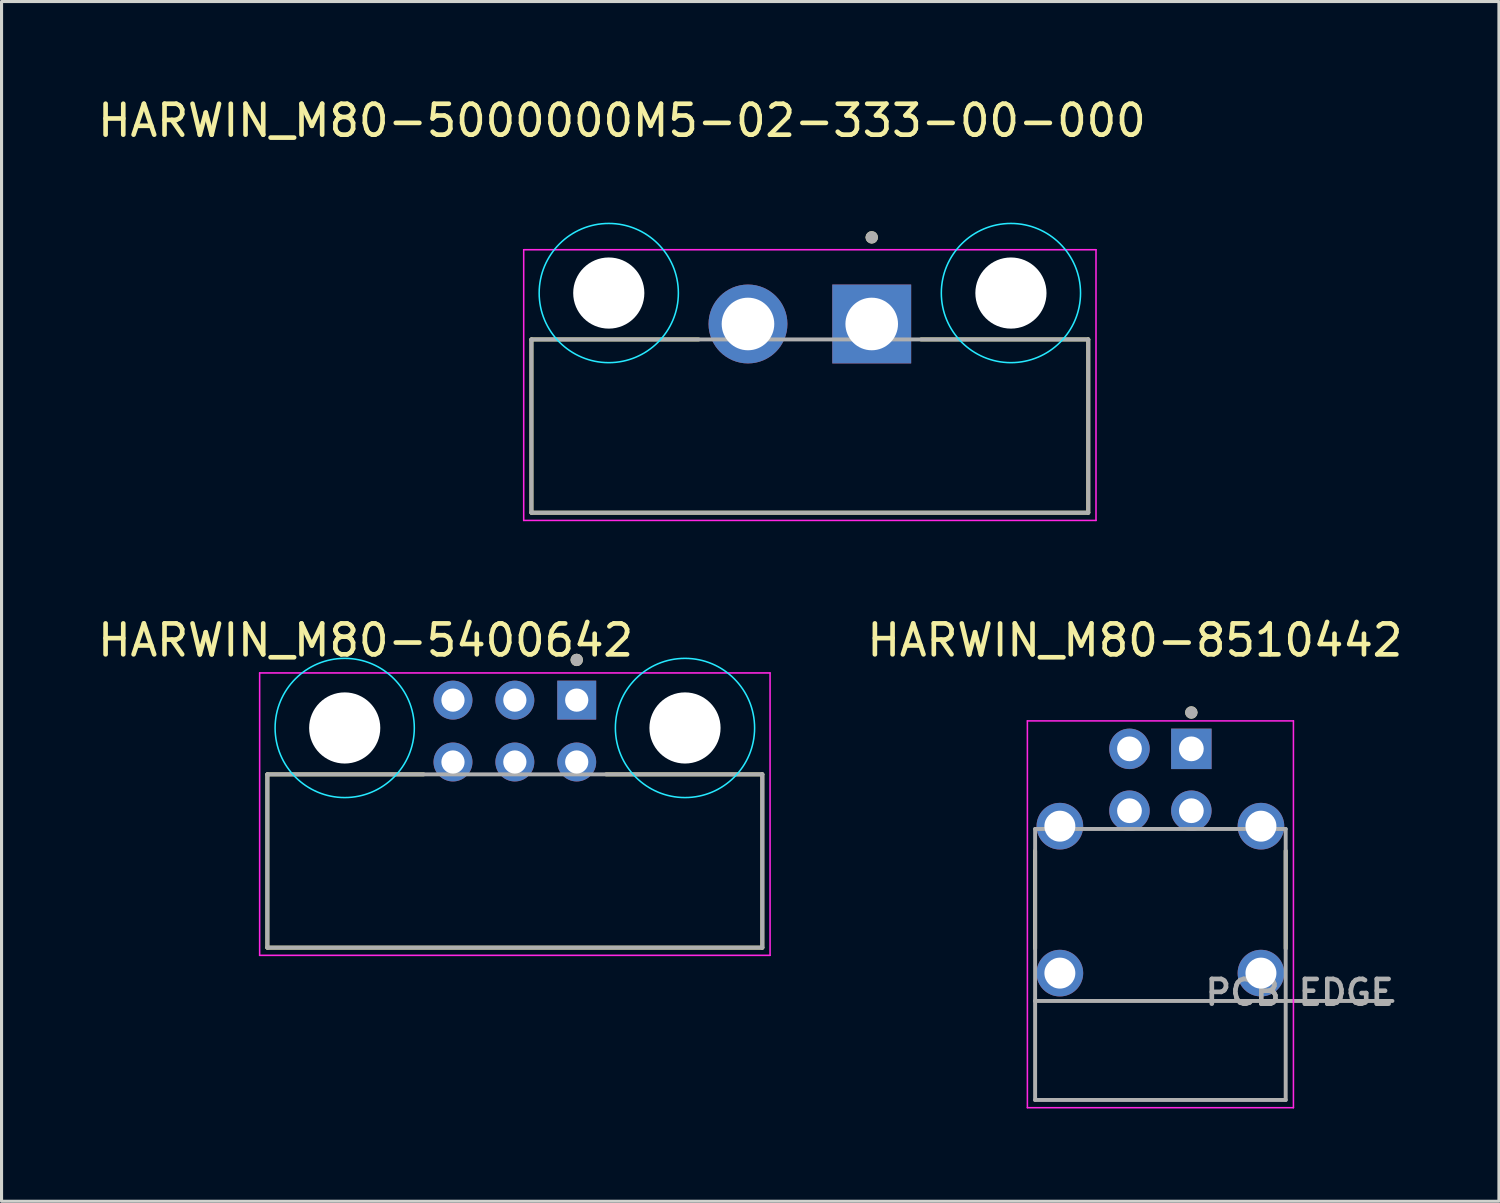
<source format=kicad_pcb>
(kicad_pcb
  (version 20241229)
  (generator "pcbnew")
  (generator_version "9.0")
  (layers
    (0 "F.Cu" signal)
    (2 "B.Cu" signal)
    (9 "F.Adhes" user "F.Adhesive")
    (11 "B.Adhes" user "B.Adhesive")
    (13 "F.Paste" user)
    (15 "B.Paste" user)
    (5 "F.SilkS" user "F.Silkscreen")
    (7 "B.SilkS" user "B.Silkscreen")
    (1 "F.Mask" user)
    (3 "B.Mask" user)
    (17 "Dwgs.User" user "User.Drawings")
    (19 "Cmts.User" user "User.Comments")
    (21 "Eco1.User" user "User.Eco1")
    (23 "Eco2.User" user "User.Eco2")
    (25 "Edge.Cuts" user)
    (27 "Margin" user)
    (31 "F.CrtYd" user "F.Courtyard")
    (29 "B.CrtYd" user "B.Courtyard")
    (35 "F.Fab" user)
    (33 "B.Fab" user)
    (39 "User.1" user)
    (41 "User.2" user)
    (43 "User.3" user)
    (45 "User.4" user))
  (footprint "HARWIN_M80-5400642"
    (layer "F.Cu")
    (at 13.593 24.782)
    (property "Reference" "HARWIN_M80-5400642" (at -4.825 -7.135 0) (layer "F.SilkS") (effects (font (size 1 1) (thickness 0.15))))
    (attr through_hole)
    (fp_line (start -8 -2.8) (end -8 2.8) (stroke (width 0.127) (type solid)) (layer "F.SilkS"))
    (fp_line (start -8 2.8) (end 8 2.8) (stroke (width 0.127) (type solid)) (layer "F.SilkS"))
    (fp_line (start -2.949 -2.8) (end -8 -2.8) (stroke (width 0.127) (type solid)) (layer "F.SilkS"))
    (fp_line (start 8 -2.8) (end 2.949 -2.8) (stroke (width 0.127) (type solid)) (layer "F.SilkS"))
    (fp_line (start 8 2.8) (end 8 -2.8) (stroke (width 0.127) (type solid)) (layer "F.SilkS"))
    (fp_circle (center 2 -6.5) (end 2.1 -6.5) (stroke (width 0.2) (type solid)) (fill no) (layer "F.SilkS"))
    (fp_circle (center -5.5 -4.3) (end -3.25 -4.3) (stroke (width 0.05) (type solid)) (fill no) (layer "B.CrtYd"))
    (fp_circle (center 5.5 -4.3) (end 7.75 -4.3) (stroke (width 0.05) (type solid)) (fill no) (layer "B.CrtYd"))
    (fp_line (start -8.25 -6.079) (end -8.25 3.05) (stroke (width 0.05) (type solid)) (layer "F.CrtYd"))
    (fp_line (start -8.25 3.05) (end 8.25 3.05) (stroke (width 0.05) (type solid)) (layer "F.CrtYd"))
    (fp_line (start 8.25 -6.079) (end -8.25 -6.079) (stroke (width 0.05) (type solid)) (layer "F.CrtYd"))
    (fp_line (start 8.25 3.05) (end 8.25 -6.079) (stroke (width 0.05) (type solid)) (layer "F.CrtYd"))
    (fp_line (start -8 -2.8) (end -8 2.8) (stroke (width 0.127) (type solid)) (layer "F.Fab"))
    (fp_line (start -8 2.8) (end 8 2.8) (stroke (width 0.127) (type solid)) (layer "F.Fab"))
    (fp_line (start 8 -2.8) (end -8 -2.8) (stroke (width 0.127) (type solid)) (layer "F.Fab"))
    (fp_line (start 8 2.8) (end 8 -2.8) (stroke (width 0.127) (type solid)) (layer "F.Fab"))
    (fp_circle (center 2 -6.5) (end 2.1 -6.5) (stroke (width 0.2) (type solid)) (fill no) (layer "F.Fab"))
    (pad "" np_thru_hole circle (at -5.5 -4.3) (size 2.3 2.3) (drill 2.3) (layers "*.Cu" "*.Mask"))
    (pad "" np_thru_hole circle (at 5.5 -4.3) (size 2.3 2.3) (drill 2.3) (layers "*.Cu" "*.Mask"))
    (pad "1" thru_hole rect (at 2 -5.2) (size 1.258 1.258) (drill 0.75) (layers "*.Cu" "*.Mask"))
    (pad "2" thru_hole circle (at 0 -5.2) (size 1.258 1.258) (drill 0.75) (layers "*.Cu" "*.Mask"))
    (pad "3" thru_hole circle (at -2 -5.2) (size 1.258 1.258) (drill 0.75) (layers "*.Cu" "*.Mask"))
    (pad "4" thru_hole circle (at 2 -3.2) (size 1.258 1.258) (drill 0.75) (layers "*.Cu" "*.Mask"))
    (pad "5" thru_hole circle (at 0 -3.2) (size 1.258 1.258) (drill 0.75) (layers "*.Cu" "*.Mask"))
    (pad "6" thru_hole circle (at -2 -3.2) (size 1.258 1.258) (drill 0.75) (layers "*.Cu" "*.Mask"))
    (zone (net_name "") (layers "F.Cu" "B.Cu") (hatch full 0.508) (connect_pads) (min_thickness 2) (filled_areas_thickness no) (keepout (tracks allowed) (vias not_allowed) (pads allowed) (copperpour allowed) (footprints allowed)) (placement (enabled no)) (fill) (polygon (pts (xy 10.093 20.482) (xy 10.083 20.678) (xy 10.054 20.872) (xy 10.007 21.062) (xy 9.941 21.247) (xy 9.857 21.424) (xy 9.756 21.593) (xy 9.639 21.75) (xy 9.507 21.896) (xy 9.362 22.028) (xy 9.204 22.144) (xy 9.036 22.245) (xy 8.858 22.329) (xy 8.673 22.395) (xy 8.483 22.443) (xy 8.289 22.472) (xy 8.093 22.482) (xy 7.897 22.472) (xy 7.703 22.443) (xy 7.512 22.395) (xy 7.327 22.329) (xy 7.15 22.245) (xy 6.982 22.144) (xy 6.824 22.028) (xy 6.679 21.896) (xy 6.547 21.75) (xy 6.43 21.593) (xy 6.329 21.424) (xy 6.245 21.247) (xy 6.179 21.062) (xy 6.131 20.872) (xy 6.102 20.678) (xy 6.093 20.482) (xy 6.102 20.285) (xy 6.131 20.091) (xy 6.179 19.901) (xy 6.245 19.716) (xy 6.329 19.539) (xy 6.43 19.37) (xy 6.547 19.213) (xy 6.679 19.067) (xy 6.824 18.935) (xy 6.982 18.819) (xy 7.15 18.718) (xy 7.327 18.634) (xy 7.512 18.568) (xy 7.703 18.52) (xy 7.897 18.491) (xy 8.093 18.482) (xy 8.289 18.491) (xy 8.483 18.52) (xy 8.673 18.568) (xy 8.858 18.634) (xy 9.036 18.718) (xy 9.204 18.819) (xy 9.362 18.935) (xy 9.507 19.067) (xy 9.639 19.213) (xy 9.756 19.37) (xy 9.857 19.539) (xy 9.941 19.716) (xy 10.007 19.901) (xy 10.054 20.091) (xy 10.083 20.285))))
    (zone (net_name "") (layers "F.Cu" "B.Cu") (hatch full 0.508) (connect_pads) (min_thickness 2) (filled_areas_thickness no) (keepout (tracks allowed) (vias not_allowed) (pads allowed) (copperpour allowed) (footprints allowed)) (placement (enabled no)) (fill) (polygon (pts (xy 21.093 20.482) (xy 21.083 20.678) (xy 21.054 20.872) (xy 21.007 21.062) (xy 20.941 21.247) (xy 20.857 21.424) (xy 20.756 21.593) (xy 20.639 21.75) (xy 20.507 21.896) (xy 20.362 22.028) (xy 20.204 22.144) (xy 20.036 22.245) (xy 19.858 22.329) (xy 19.673 22.395) (xy 19.483 22.443) (xy 19.289 22.472) (xy 19.093 22.482) (xy 18.897 22.472) (xy 18.703 22.443) (xy 18.512 22.395) (xy 18.327 22.329) (xy 18.15 22.245) (xy 17.982 22.144) (xy 17.824 22.028) (xy 17.679 21.896) (xy 17.547 21.75) (xy 17.43 21.593) (xy 17.329 21.424) (xy 17.245 21.247) (xy 17.179 21.062) (xy 17.131 20.872) (xy 17.102 20.678) (xy 17.093 20.482) (xy 17.102 20.285) (xy 17.131 20.091) (xy 17.179 19.901) (xy 17.245 19.716) (xy 17.329 19.539) (xy 17.43 19.37) (xy 17.547 19.213) (xy 17.679 19.067) (xy 17.824 18.935) (xy 17.982 18.819) (xy 18.15 18.718) (xy 18.327 18.634) (xy 18.512 18.568) (xy 18.703 18.52) (xy 18.897 18.491) (xy 19.093 18.482) (xy 19.289 18.491) (xy 19.483 18.52) (xy 19.673 18.568) (xy 19.858 18.634) (xy 20.036 18.718) (xy 20.204 18.819) (xy 20.362 18.935) (xy 20.507 19.067) (xy 20.639 19.213) (xy 20.756 19.37) (xy 20.857 19.539) (xy 20.941 19.716) (xy 21.007 19.901) (xy 21.054 20.091) (xy 21.083 20.285))))
    (zone (net_name "") (layer "B.Cu") (hatch full 0.508) (connect_pads) (min_thickness 2) (filled_areas_thickness no) (keepout (tracks not_allowed) (vias not_allowed) (pads not_allowed) (copperpour not_allowed) (footprints allowed)) (placement (enabled no)) (fill) (polygon (pts (xy 10.093 20.482) (xy 10.083 20.678) (xy 10.054 20.872) (xy 10.007 21.062) (xy 9.941 21.247) (xy 9.857 21.424) (xy 9.756 21.593) (xy 9.639 21.75) (xy 9.507 21.896) (xy 9.362 22.028) (xy 9.204 22.144) (xy 9.036 22.245) (xy 8.858 22.329) (xy 8.673 22.395) (xy 8.483 22.443) (xy 8.289 22.472) (xy 8.093 22.482) (xy 7.897 22.472) (xy 7.703 22.443) (xy 7.512 22.395) (xy 7.327 22.329) (xy 7.15 22.245) (xy 6.982 22.144) (xy 6.824 22.028) (xy 6.679 21.896) (xy 6.547 21.75) (xy 6.43 21.593) (xy 6.329 21.424) (xy 6.245 21.247) (xy 6.179 21.062) (xy 6.131 20.872) (xy 6.102 20.678) (xy 6.093 20.482) (xy 6.102 20.285) (xy 6.131 20.091) (xy 6.179 19.901) (xy 6.245 19.716) (xy 6.329 19.539) (xy 6.43 19.37) (xy 6.547 19.213) (xy 6.679 19.067) (xy 6.824 18.935) (xy 6.982 18.819) (xy 7.15 18.718) (xy 7.327 18.634) (xy 7.512 18.568) (xy 7.703 18.52) (xy 7.897 18.491) (xy 8.093 18.482) (xy 8.289 18.491) (xy 8.483 18.52) (xy 8.673 18.568) (xy 8.858 18.634) (xy 9.036 18.718) (xy 9.204 18.819) (xy 9.362 18.935) (xy 9.507 19.067) (xy 9.639 19.213) (xy 9.756 19.37) (xy 9.857 19.539) (xy 9.941 19.716) (xy 10.007 19.901) (xy 10.054 20.091) (xy 10.083 20.285))))
    (zone (net_name "") (layer "B.Cu") (hatch full 0.508) (connect_pads) (min_thickness 2) (filled_areas_thickness no) (keepout (tracks not_allowed) (vias not_allowed) (pads not_allowed) (copperpour not_allowed) (footprints allowed)) (placement (enabled no)) (fill) (polygon (pts (xy 21.093 20.482) (xy 21.083 20.678) (xy 21.054 20.872) (xy 21.007 21.062) (xy 20.941 21.247) (xy 20.857 21.424) (xy 20.756 21.593) (xy 20.639 21.75) (xy 20.507 21.896) (xy 20.362 22.028) (xy 20.204 22.144) (xy 20.036 22.245) (xy 19.858 22.329) (xy 19.673 22.395) (xy 19.483 22.443) (xy 19.289 22.472) (xy 19.093 22.482) (xy 18.897 22.472) (xy 18.703 22.443) (xy 18.512 22.395) (xy 18.327 22.329) (xy 18.15 22.245) (xy 17.982 22.144) (xy 17.824 22.028) (xy 17.679 21.896) (xy 17.547 21.75) (xy 17.43 21.593) (xy 17.329 21.424) (xy 17.245 21.247) (xy 17.179 21.062) (xy 17.131 20.872) (xy 17.102 20.678) (xy 17.093 20.482) (xy 17.102 20.285) (xy 17.131 20.091) (xy 17.179 19.901) (xy 17.245 19.716) (xy 17.329 19.539) (xy 17.43 19.37) (xy 17.547 19.213) (xy 17.679 19.067) (xy 17.824 18.935) (xy 17.982 18.819) (xy 18.15 18.718) (xy 18.327 18.634) (xy 18.512 18.568) (xy 18.703 18.52) (xy 18.897 18.491) (xy 19.093 18.482) (xy 19.289 18.491) (xy 19.483 18.52) (xy 19.673 18.568) (xy 19.858 18.634) (xy 20.036 18.718) (xy 20.204 18.819) (xy 20.362 18.935) (xy 20.507 19.067) (xy 20.639 19.213) (xy 20.756 19.37) (xy 20.857 19.539) (xy 20.941 19.716) (xy 21.007 19.901) (xy 21.054 20.091) (xy 21.083 20.285)))))
  (footprint "HARWIN_M80-5000000M5-02-333-00-000"
    (layer "F.Cu")
    (at 23.129 7.423)
    (property "Reference" "HARWIN_M80-5000000M5-02-333-00-000" (at -6.075 -6.575 0) (layer "F.SilkS") (effects (font (size 1 1) (thickness 0.15))))
    (attr through_hole)
    (fp_line (start -9 0.5) (end -3.595 0.5) (stroke (width 0.127) (type solid)) (layer "F.SilkS"))
    (fp_line (start -9 6.1) (end -9 0.5) (stroke (width 0.127) (type solid)) (layer "F.SilkS"))
    (fp_line (start 3.595 0.5) (end 9 0.5) (stroke (width 0.127) (type solid)) (layer "F.SilkS"))
    (fp_line (start 9 0.5) (end 9 6.1) (stroke (width 0.127) (type solid)) (layer "F.SilkS"))
    (fp_line (start 9 6.1) (end -9 6.1) (stroke (width 0.127) (type solid)) (layer "F.SilkS"))
    (fp_circle (center 2 -2.8) (end 2.1 -2.8) (stroke (width 0.2) (type solid)) (fill no) (layer "F.SilkS"))
    (fp_circle (center -6.5 -1) (end -4.25 -1) (stroke (width 0.05) (type solid)) (fill no) (layer "B.CrtYd"))
    (fp_circle (center 6.5 -1) (end 8.75 -1) (stroke (width 0.05) (type solid)) (fill no) (layer "B.CrtYd"))
    (fp_line (start -9.25 -2.4) (end -9.25 6.35) (stroke (width 0.05) (type solid)) (layer "F.CrtYd"))
    (fp_line (start -9.25 6.35) (end 9.25 6.35) (stroke (width 0.05) (type solid)) (layer "F.CrtYd"))
    (fp_line (start 9.25 -2.4) (end -9.25 -2.4) (stroke (width 0.05) (type solid)) (layer "F.CrtYd"))
    (fp_line (start 9.25 6.35) (end 9.25 -2.4) (stroke (width 0.05) (type solid)) (layer "F.CrtYd"))
    (fp_line (start -9 0.5) (end 9 0.5) (stroke (width 0.127) (type solid)) (layer "F.Fab"))
    (fp_line (start -9 6.1) (end -9 0.5) (stroke (width 0.127) (type solid)) (layer "F.Fab"))
    (fp_line (start 9 0.5) (end 9 6.1) (stroke (width 0.127) (type solid)) (layer "F.Fab"))
    (fp_line (start 9 6.1) (end -9 6.1) (stroke (width 0.127) (type solid)) (layer "F.Fab"))
    (fp_circle (center 2 -2.8) (end 2.1 -2.8) (stroke (width 0.2) (type solid)) (fill no) (layer "F.Fab"))
    (pad "" np_thru_hole circle (at -6.5 -1) (size 2.3 2.3) (drill 2.3) (layers "*.Cu" "*.Mask"))
    (pad "" np_thru_hole circle (at 6.5 -1) (size 2.3 2.3) (drill 2.3) (layers "*.Cu" "*.Mask"))
    (pad "A" thru_hole rect (at 2 0) (size 2.55 2.55) (drill 1.7) (layers "*.Cu" "*.Mask"))
    (pad "B" thru_hole circle (at -2 0) (size 2.55 2.55) (drill 1.7) (layers "*.Cu" "*.Mask"))
    (zone (net_name "") (layers "F.Cu" "B.Cu") (hatch full 0.508) (connect_pads) (min_thickness 2) (filled_areas_thickness no) (keepout (tracks allowed) (vias not_allowed) (pads allowed) (copperpour allowed) (footprints allowed)) (placement (enabled no)) (fill) (polygon (pts (xy 18.629 6.423) (xy 18.619 6.619) (xy 18.59 6.813) (xy 18.542 7.004) (xy 18.476 7.189) (xy 18.392 7.366) (xy 18.292 7.534) (xy 18.175 7.692) (xy 18.043 7.837) (xy 17.897 7.969) (xy 17.74 8.086) (xy 17.571 8.187) (xy 17.394 8.271) (xy 17.209 8.337) (xy 17.019 8.385) (xy 16.825 8.414) (xy 16.629 8.423) (xy 16.433 8.414) (xy 16.238 8.385) (xy 16.048 8.337) (xy 15.863 8.271) (xy 15.686 8.187) (xy 15.517 8.086) (xy 15.36 7.969) (xy 15.214 7.837) (xy 15.083 7.692) (xy 14.966 7.534) (xy 14.865 7.366) (xy 14.781 7.189) (xy 14.715 7.004) (xy 14.667 6.813) (xy 14.638 6.619) (xy 14.629 6.423) (xy 14.638 6.227) (xy 14.667 6.033) (xy 14.715 5.843) (xy 14.781 5.658) (xy 14.865 5.48) (xy 14.966 5.312) (xy 15.083 5.154) (xy 15.214 5.009) (xy 15.36 4.877) (xy 15.517 4.76) (xy 15.686 4.659) (xy 15.863 4.575) (xy 16.048 4.509) (xy 16.238 4.462) (xy 16.433 4.433) (xy 16.629 4.423) (xy 16.825 4.433) (xy 17.019 4.462) (xy 17.209 4.509) (xy 17.394 4.575) (xy 17.571 4.659) (xy 17.74 4.76) (xy 17.897 4.877) (xy 18.043 5.009) (xy 18.175 5.154) (xy 18.292 5.312) (xy 18.392 5.48) (xy 18.476 5.658) (xy 18.542 5.843) (xy 18.59 6.033) (xy 18.619 6.227))))
    (zone (net_name "") (layers "F.Cu" "B.Cu") (hatch full 0.508) (connect_pads) (min_thickness 2) (filled_areas_thickness no) (keepout (tracks allowed) (vias not_allowed) (pads allowed) (copperpour allowed) (footprints allowed)) (placement (enabled no)) (fill) (polygon (pts (xy 31.629 6.423) (xy 31.619 6.619) (xy 31.59 6.813) (xy 31.542 7.004) (xy 31.476 7.189) (xy 31.392 7.366) (xy 31.292 7.534) (xy 31.175 7.692) (xy 31.043 7.837) (xy 30.897 7.969) (xy 30.74 8.086) (xy 30.571 8.187) (xy 30.394 8.271) (xy 30.209 8.337) (xy 30.019 8.385) (xy 29.825 8.414) (xy 29.629 8.423) (xy 29.433 8.414) (xy 29.238 8.385) (xy 29.048 8.337) (xy 28.863 8.271) (xy 28.686 8.187) (xy 28.517 8.086) (xy 28.36 7.969) (xy 28.214 7.837) (xy 28.083 7.692) (xy 27.966 7.534) (xy 27.865 7.366) (xy 27.781 7.189) (xy 27.715 7.004) (xy 27.667 6.813) (xy 27.638 6.619) (xy 27.629 6.423) (xy 27.638 6.227) (xy 27.667 6.033) (xy 27.715 5.843) (xy 27.781 5.658) (xy 27.865 5.48) (xy 27.966 5.312) (xy 28.083 5.154) (xy 28.214 5.009) (xy 28.36 4.877) (xy 28.517 4.76) (xy 28.686 4.659) (xy 28.863 4.575) (xy 29.048 4.509) (xy 29.238 4.462) (xy 29.433 4.433) (xy 29.629 4.423) (xy 29.825 4.433) (xy 30.019 4.462) (xy 30.209 4.509) (xy 30.394 4.575) (xy 30.571 4.659) (xy 30.74 4.76) (xy 30.897 4.877) (xy 31.043 5.009) (xy 31.175 5.154) (xy 31.292 5.312) (xy 31.392 5.48) (xy 31.476 5.658) (xy 31.542 5.843) (xy 31.59 6.033) (xy 31.619 6.227))))
    (zone (net_name "") (layer "B.Cu") (hatch full 0.508) (connect_pads) (min_thickness 2) (filled_areas_thickness no) (keepout (tracks not_allowed) (vias not_allowed) (pads not_allowed) (copperpour not_allowed) (footprints allowed)) (placement (enabled no)) (fill) (polygon (pts (xy 18.629 6.423) (xy 18.619 6.619) (xy 18.59 6.813) (xy 18.542 7.004) (xy 18.476 7.189) (xy 18.392 7.366) (xy 18.292 7.534) (xy 18.175 7.692) (xy 18.043 7.837) (xy 17.897 7.969) (xy 17.74 8.086) (xy 17.571 8.187) (xy 17.394 8.271) (xy 17.209 8.337) (xy 17.019 8.385) (xy 16.825 8.414) (xy 16.629 8.423) (xy 16.433 8.414) (xy 16.238 8.385) (xy 16.048 8.337) (xy 15.863 8.271) (xy 15.686 8.187) (xy 15.517 8.086) (xy 15.36 7.969) (xy 15.214 7.837) (xy 15.083 7.692) (xy 14.966 7.534) (xy 14.865 7.366) (xy 14.781 7.189) (xy 14.715 7.004) (xy 14.667 6.813) (xy 14.638 6.619) (xy 14.629 6.423) (xy 14.638 6.227) (xy 14.667 6.033) (xy 14.715 5.843) (xy 14.781 5.658) (xy 14.865 5.48) (xy 14.966 5.312) (xy 15.083 5.154) (xy 15.214 5.009) (xy 15.36 4.877) (xy 15.517 4.76) (xy 15.686 4.659) (xy 15.863 4.575) (xy 16.048 4.509) (xy 16.238 4.462) (xy 16.433 4.433) (xy 16.629 4.423) (xy 16.825 4.433) (xy 17.019 4.462) (xy 17.209 4.509) (xy 17.394 4.575) (xy 17.571 4.659) (xy 17.74 4.76) (xy 17.897 4.877) (xy 18.043 5.009) (xy 18.175 5.154) (xy 18.292 5.312) (xy 18.392 5.48) (xy 18.476 5.658) (xy 18.542 5.843) (xy 18.59 6.033) (xy 18.619 6.227))))
    (zone (net_name "") (layer "B.Cu") (hatch full 0.508) (connect_pads) (min_thickness 2) (filled_areas_thickness no) (keepout (tracks not_allowed) (vias not_allowed) (pads not_allowed) (copperpour not_allowed) (footprints allowed)) (placement (enabled no)) (fill) (polygon (pts (xy 31.629 6.423) (xy 31.619 6.619) (xy 31.59 6.813) (xy 31.542 7.004) (xy 31.476 7.189) (xy 31.392 7.366) (xy 31.292 7.534) (xy 31.175 7.692) (xy 31.043 7.837) (xy 30.897 7.969) (xy 30.74 8.086) (xy 30.571 8.187) (xy 30.394 8.271) (xy 30.209 8.337) (xy 30.019 8.385) (xy 29.825 8.414) (xy 29.629 8.423) (xy 29.433 8.414) (xy 29.238 8.385) (xy 29.048 8.337) (xy 28.863 8.271) (xy 28.686 8.187) (xy 28.517 8.086) (xy 28.36 7.969) (xy 28.214 7.837) (xy 28.083 7.692) (xy 27.966 7.534) (xy 27.865 7.366) (xy 27.781 7.189) (xy 27.715 7.004) (xy 27.667 6.813) (xy 27.638 6.619) (xy 27.629 6.423) (xy 27.638 6.227) (xy 27.667 6.033) (xy 27.715 5.843) (xy 27.781 5.658) (xy 27.865 5.48) (xy 27.966 5.312) (xy 28.083 5.154) (xy 28.214 5.009) (xy 28.36 4.877) (xy 28.517 4.76) (xy 28.686 4.659) (xy 28.863 4.575) (xy 29.048 4.509) (xy 29.238 4.462) (xy 29.433 4.433) (xy 29.629 4.423) (xy 29.825 4.433) (xy 30.019 4.462) (xy 30.209 4.509) (xy 30.394 4.575) (xy 30.571 4.659) (xy 30.74 4.76) (xy 30.897 4.877) (xy 31.043 5.009) (xy 31.175 5.154) (xy 31.292 5.312) (xy 31.392 5.48) (xy 31.476 5.658) (xy 31.542 5.843) (xy 31.59 6.033) (xy 31.619 6.227)))))
  (footprint "HARWIN_M80-8510442"
    (layer "F.Cu")
    (at 34.461 26.032)
    (property "Reference" "HARWIN_M80-8510442" (at -0.825 -8.385 0) (layer "F.SilkS") (effects (font (size 1 1) (thickness 0.15))))
    (attr through_hole)
    (fp_line (start -4.05 1.58) (end -4.05 -1.58) (stroke (width 0.127) (type solid)) (layer "F.SilkS"))
    (fp_line (start 4.05 1.58) (end 4.05 -1.58) (stroke (width 0.127) (type solid)) (layer "F.SilkS"))
    (fp_circle (center 1 -6.05) (end 1.1 -6.05) (stroke (width 0.2) (type solid)) (fill no) (layer "F.SilkS"))
    (fp_line (start -4.3 -5.779) (end -4.3 6.725) (stroke (width 0.05) (type solid)) (layer "F.CrtYd"))
    (fp_line (start -4.3 6.725) (end 4.3 6.725) (stroke (width 0.05) (type solid)) (layer "F.CrtYd"))
    (fp_line (start 4.3 -5.779) (end -4.3 -5.779) (stroke (width 0.05) (type solid)) (layer "F.CrtYd"))
    (fp_line (start 4.3 6.725) (end 4.3 -5.779) (stroke (width 0.05) (type solid)) (layer "F.CrtYd"))
    (fp_line (start -4.05 -2.285) (end 4.05 -2.285) (stroke (width 0.127) (type solid)) (layer "F.Fab"))
    (fp_line (start -4.05 3.275) (end -4.05 -2.285) (stroke (width 0.127) (type solid)) (layer "F.Fab"))
    (fp_line (start -4.05 6.475) (end -4.05 3.275) (stroke (width 0.127) (type solid)) (layer "F.Fab"))
    (fp_line (start 4.05 -2.285) (end 4.05 3.275) (stroke (width 0.127) (type solid)) (layer "F.Fab"))
    (fp_line (start 4.05 3.275) (end -4.05 3.275) (stroke (width 0.127) (type solid)) (layer "F.Fab"))
    (fp_line (start 4.05 3.275) (end 4.05 6.475) (stroke (width 0.127) (type solid)) (layer "F.Fab"))
    (fp_line (start 4.05 3.275) (end 7.5 3.275) (stroke (width 0.127) (type solid)) (layer "F.Fab"))
    (fp_line (start 4.05 6.475) (end -4.05 6.475) (stroke (width 0.127) (type solid)) (layer "F.Fab"))
    (fp_circle (center 1 -6.05) (end 1.1 -6.05) (stroke (width 0.2) (type solid)) (fill no) (layer "F.Fab"))
    (fp_text user "PCB EDGE" (at 4.5 3 0) (layer "F.Fab") (effects (font (size 0.8 0.8) (thickness 0.15))))
    (pad "1" thru_hole rect (at 1 -4.875) (size 1.308 1.308) (drill 0.8) (layers "*.Cu" "*.Mask"))
    (pad "2" thru_hole circle (at -1 -4.875) (size 1.308 1.308) (drill 0.8) (layers "*.Cu" "*.Mask"))
    (pad "3" thru_hole circle (at 1 -2.875) (size 1.308 1.308) (drill 0.8) (layers "*.Cu" "*.Mask"))
    (pad "4" thru_hole circle (at -1 -2.875) (size 1.308 1.308) (drill 0.8) (layers "*.Cu" "*.Mask"))
    (pad "SH1" thru_hole circle (at -3.25 -2.375) (size 1.508 1.508) (drill 1) (layers "*.Cu" "*.Mask"))
    (pad "SH2" thru_hole circle (at 3.25 -2.375) (size 1.508 1.508) (drill 1) (layers "*.Cu" "*.Mask"))
    (pad "SH3" thru_hole circle (at -3.25 2.375) (size 1.508 1.508) (drill 1) (layers "*.Cu" "*.Mask"))
    (pad "SH4" thru_hole circle (at 3.25 2.375) (size 1.508 1.508) (drill 1) (layers "*.Cu" "*.Mask")))
  (gr_rect
    (start -3 -3)
    (end 45.404 35.782)
    (stroke (width 0.1) (type default))
    (fill no)
    (layer "Edge.Cuts")))
</source>
